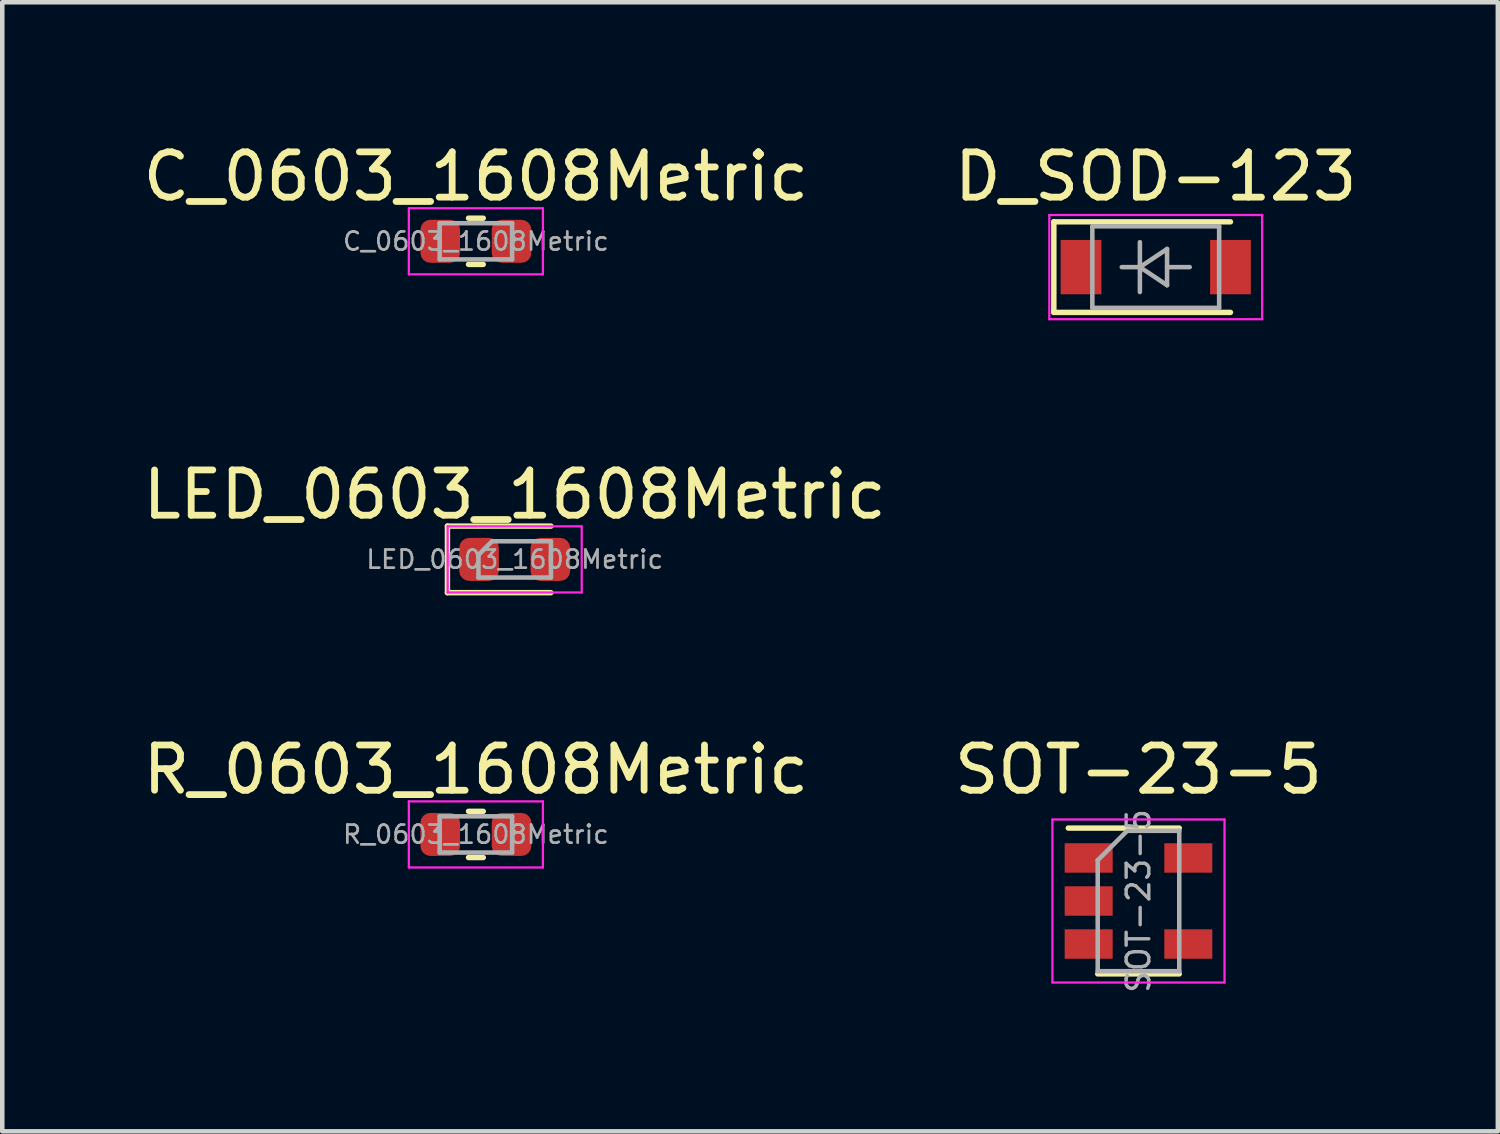
<source format=kicad_pcb>
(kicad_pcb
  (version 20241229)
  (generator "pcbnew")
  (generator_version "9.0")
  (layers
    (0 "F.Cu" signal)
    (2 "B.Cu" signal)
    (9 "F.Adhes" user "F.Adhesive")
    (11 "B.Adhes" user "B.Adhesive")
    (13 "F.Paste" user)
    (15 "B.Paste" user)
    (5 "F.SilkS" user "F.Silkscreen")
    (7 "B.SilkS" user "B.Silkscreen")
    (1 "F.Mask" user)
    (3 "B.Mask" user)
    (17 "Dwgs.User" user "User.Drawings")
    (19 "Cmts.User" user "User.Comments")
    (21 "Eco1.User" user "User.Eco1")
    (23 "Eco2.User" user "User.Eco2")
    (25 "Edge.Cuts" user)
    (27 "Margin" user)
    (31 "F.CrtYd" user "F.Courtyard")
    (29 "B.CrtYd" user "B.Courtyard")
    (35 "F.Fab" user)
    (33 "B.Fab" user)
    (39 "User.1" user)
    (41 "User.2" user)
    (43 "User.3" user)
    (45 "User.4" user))
  (footprint "R_0603_1608Metric"
    (layer "F.Cu")
    (at 7.458 15.375)
    (property "Reference" "R_0603_1608Metric" (at 0 -1.43 0) (layer "F.SilkS") (effects (font (size 1 1) (thickness 0.15))))
    (attr smd)
    (fp_line (start -0.163 -0.51) (end 0.163 -0.51) (stroke (width 0.12) (type solid)) (layer "F.SilkS"))
    (fp_line (start -0.163 0.51) (end 0.163 0.51) (stroke (width 0.12) (type solid)) (layer "F.SilkS"))
    (fp_line (start -1.48 -0.73) (end 1.48 -0.73) (stroke (width 0.05) (type solid)) (layer "F.CrtYd"))
    (fp_line (start -1.48 0.73) (end -1.48 -0.73) (stroke (width 0.05) (type solid)) (layer "F.CrtYd"))
    (fp_line (start 1.48 -0.73) (end 1.48 0.73) (stroke (width 0.05) (type solid)) (layer "F.CrtYd"))
    (fp_line (start 1.48 0.73) (end -1.48 0.73) (stroke (width 0.05) (type solid)) (layer "F.CrtYd"))
    (fp_line (start -0.8 -0.4) (end 0.8 -0.4) (stroke (width 0.1) (type solid)) (layer "F.Fab"))
    (fp_line (start -0.8 0.4) (end -0.8 -0.4) (stroke (width 0.1) (type solid)) (layer "F.Fab"))
    (fp_line (start 0.8 -0.4) (end 0.8 0.4) (stroke (width 0.1) (type solid)) (layer "F.Fab"))
    (fp_line (start 0.8 0.4) (end -0.8 0.4) (stroke (width 0.1) (type solid)) (layer "F.Fab"))
    (fp_text user "${REFERENCE}" (at 0 0 0) (layer "F.Fab") (effects (font (size 0.4 0.4) (thickness 0.06))))
    (pad "1" smd roundrect (at -0.787 0) (size 0.875 0.95) (layers "F.Cu" "F.Mask" "F.Paste") (roundrect_rratio 0.25))
    (pad "2" smd roundrect (at 0.787 0) (size 0.875 0.95) (layers "F.Cu" "F.Mask" "F.Paste") (roundrect_rratio 0.25)))
  (footprint "D_SOD-123"
    (layer "F.Cu")
    (at 22.47 2.848)
    (property "Reference" "D_SOD-123" (at 0 -2 0) (layer "F.SilkS") (effects (font (size 1 1) (thickness 0.15))))
    (attr smd)
    (fp_line (start -2.25 -1) (end -2.25 1) (stroke (width 0.12) (type solid)) (layer "F.SilkS"))
    (fp_line (start -2.25 -1) (end 1.65 -1) (stroke (width 0.12) (type solid)) (layer "F.SilkS"))
    (fp_line (start -2.25 1) (end 1.65 1) (stroke (width 0.12) (type solid)) (layer "F.SilkS"))
    (fp_line (start -2.35 -1.15) (end -2.35 1.15) (stroke (width 0.05) (type solid)) (layer "F.CrtYd"))
    (fp_line (start -2.35 -1.15) (end 2.35 -1.15) (stroke (width 0.05) (type solid)) (layer "F.CrtYd"))
    (fp_line (start 2.35 -1.15) (end 2.35 1.15) (stroke (width 0.05) (type solid)) (layer "F.CrtYd"))
    (fp_line (start 2.35 1.15) (end -2.35 1.15) (stroke (width 0.05) (type solid)) (layer "F.CrtYd"))
    (fp_line (start -1.4 -0.9) (end 1.4 -0.9) (stroke (width 0.1) (type solid)) (layer "F.Fab"))
    (fp_line (start -1.4 0.9) (end -1.4 -0.9) (stroke (width 0.1) (type solid)) (layer "F.Fab"))
    (fp_line (start -0.75 0) (end -0.35 0) (stroke (width 0.1) (type solid)) (layer "F.Fab"))
    (fp_line (start -0.35 0) (end -0.35 -0.55) (stroke (width 0.1) (type solid)) (layer "F.Fab"))
    (fp_line (start -0.35 0) (end -0.35 0.55) (stroke (width 0.1) (type solid)) (layer "F.Fab"))
    (fp_line (start -0.35 0) (end 0.25 -0.4) (stroke (width 0.1) (type solid)) (layer "F.Fab"))
    (fp_line (start 0.25 -0.4) (end 0.25 0.4) (stroke (width 0.1) (type solid)) (layer "F.Fab"))
    (fp_line (start 0.25 0) (end 0.75 0) (stroke (width 0.1) (type solid)) (layer "F.Fab"))
    (fp_line (start 0.25 0.4) (end -0.35 0) (stroke (width 0.1) (type solid)) (layer "F.Fab"))
    (fp_line (start 1.4 -0.9) (end 1.4 0.9) (stroke (width 0.1) (type solid)) (layer "F.Fab"))
    (fp_line (start 1.4 0.9) (end -1.4 0.9) (stroke (width 0.1) (type solid)) (layer "F.Fab"))
    (pad "1" smd rect (at -1.65 0) (size 0.9 1.2) (layers "F.Cu" "F.Mask" "F.Paste"))
    (pad "2" smd rect (at 1.65 0) (size 0.9 1.2) (layers "F.Cu" "F.Mask" "F.Paste")))
  (footprint "SOT-23-5"
    (layer "F.Cu")
    (at 22.089 16.845)
    (property "Reference" "SOT-23-5" (at 0 -2.9 0) (layer "F.SilkS") (effects (font (size 1 1) (thickness 0.15))))
    (attr smd)
    (fp_line (start -0.9 1.61) (end 0.9 1.61) (stroke (width 0.12) (type solid)) (layer "F.SilkS"))
    (fp_line (start 0.9 -1.61) (end -1.55 -1.61) (stroke (width 0.12) (type solid)) (layer "F.SilkS"))
    (fp_line (start -1.9 -1.8) (end 1.9 -1.8) (stroke (width 0.05) (type solid)) (layer "F.CrtYd"))
    (fp_line (start -1.9 1.8) (end -1.9 -1.8) (stroke (width 0.05) (type solid)) (layer "F.CrtYd"))
    (fp_line (start 1.9 -1.8) (end 1.9 1.8) (stroke (width 0.05) (type solid)) (layer "F.CrtYd"))
    (fp_line (start 1.9 1.8) (end -1.9 1.8) (stroke (width 0.05) (type solid)) (layer "F.CrtYd"))
    (fp_line (start -0.9 -0.9) (end -0.9 1.55) (stroke (width 0.1) (type solid)) (layer "F.Fab"))
    (fp_line (start -0.9 -0.9) (end -0.25 -1.55) (stroke (width 0.1) (type solid)) (layer "F.Fab"))
    (fp_line (start 0.9 -1.55) (end -0.25 -1.55) (stroke (width 0.1) (type solid)) (layer "F.Fab"))
    (fp_line (start 0.9 -1.55) (end 0.9 1.55) (stroke (width 0.1) (type solid)) (layer "F.Fab"))
    (fp_line (start 0.9 1.55) (end -0.9 1.55) (stroke (width 0.1) (type solid)) (layer "F.Fab"))
    (fp_text user "${REFERENCE}" (at 0 0 90) (layer "F.Fab") (effects (font (size 0.5 0.5) (thickness 0.075))))
    (pad "1" smd rect (at -1.1 -0.95) (size 1.06 0.65) (layers "F.Cu" "F.Mask" "F.Paste"))
    (pad "2" smd rect (at -1.1 0) (size 1.06 0.65) (layers "F.Cu" "F.Mask" "F.Paste"))
    (pad "3" smd rect (at -1.1 0.95) (size 1.06 0.65) (layers "F.Cu" "F.Mask" "F.Paste"))
    (pad "4" smd rect (at 1.1 0.95) (size 1.06 0.65) (layers "F.Cu" "F.Mask" "F.Paste"))
    (pad "5" smd rect (at 1.1 -0.95) (size 1.06 0.65) (layers "F.Cu" "F.Mask" "F.Paste")))
  (footprint "C_0603_1608Metric"
    (layer "F.Cu")
    (at 7.458 2.278)
    (property "Reference" "C_0603_1608Metric" (at 0 -1.43 0) (layer "F.SilkS") (effects (font (size 1 1) (thickness 0.15))))
    (attr smd)
    (fp_line (start -0.163 -0.51) (end 0.163 -0.51) (stroke (width 0.12) (type solid)) (layer "F.SilkS"))
    (fp_line (start -0.163 0.51) (end 0.163 0.51) (stroke (width 0.12) (type solid)) (layer "F.SilkS"))
    (fp_line (start -1.48 -0.73) (end 1.48 -0.73) (stroke (width 0.05) (type solid)) (layer "F.CrtYd"))
    (fp_line (start -1.48 0.73) (end -1.48 -0.73) (stroke (width 0.05) (type solid)) (layer "F.CrtYd"))
    (fp_line (start 1.48 -0.73) (end 1.48 0.73) (stroke (width 0.05) (type solid)) (layer "F.CrtYd"))
    (fp_line (start 1.48 0.73) (end -1.48 0.73) (stroke (width 0.05) (type solid)) (layer "F.CrtYd"))
    (fp_line (start -0.8 -0.4) (end 0.8 -0.4) (stroke (width 0.1) (type solid)) (layer "F.Fab"))
    (fp_line (start -0.8 0.4) (end -0.8 -0.4) (stroke (width 0.1) (type solid)) (layer "F.Fab"))
    (fp_line (start 0.8 -0.4) (end 0.8 0.4) (stroke (width 0.1) (type solid)) (layer "F.Fab"))
    (fp_line (start 0.8 0.4) (end -0.8 0.4) (stroke (width 0.1) (type solid)) (layer "F.Fab"))
    (fp_text user "${REFERENCE}" (at 0 0 0) (layer "F.Fab") (effects (font (size 0.4 0.4) (thickness 0.06))))
    (pad "1" smd roundrect (at -0.787 0) (size 0.875 0.95) (layers "F.Cu" "F.Mask" "F.Paste") (roundrect_rratio 0.25))
    (pad "2" smd roundrect (at 0.787 0) (size 0.875 0.95) (layers "F.Cu" "F.Mask" "F.Paste") (roundrect_rratio 0.25)))
  (footprint "LED_0603_1608Metric"
    (layer "F.Cu")
    (at 8.315 9.302)
    (property "Reference" "LED_0603_1608Metric" (at 0 -1.43 0) (layer "F.SilkS") (effects (font (size 1 1) (thickness 0.15))))
    (attr smd)
    (fp_line (start -1.485 -0.735) (end -1.485 0.735) (stroke (width 0.12) (type solid)) (layer "F.SilkS"))
    (fp_line (start -1.485 0.735) (end 0.8 0.735) (stroke (width 0.12) (type solid)) (layer "F.SilkS"))
    (fp_line (start 0.8 -0.735) (end -1.485 -0.735) (stroke (width 0.12) (type solid)) (layer "F.SilkS"))
    (fp_line (start -1.48 -0.73) (end 1.48 -0.73) (stroke (width 0.05) (type solid)) (layer "F.CrtYd"))
    (fp_line (start -1.48 0.73) (end -1.48 -0.73) (stroke (width 0.05) (type solid)) (layer "F.CrtYd"))
    (fp_line (start 1.48 -0.73) (end 1.48 0.73) (stroke (width 0.05) (type solid)) (layer "F.CrtYd"))
    (fp_line (start 1.48 0.73) (end -1.48 0.73) (stroke (width 0.05) (type solid)) (layer "F.CrtYd"))
    (fp_line (start -0.8 -0.1) (end -0.8 0.4) (stroke (width 0.1) (type solid)) (layer "F.Fab"))
    (fp_line (start -0.8 0.4) (end 0.8 0.4) (stroke (width 0.1) (type solid)) (layer "F.Fab"))
    (fp_line (start -0.5 -0.4) (end -0.8 -0.1) (stroke (width 0.1) (type solid)) (layer "F.Fab"))
    (fp_line (start 0.8 -0.4) (end -0.5 -0.4) (stroke (width 0.1) (type solid)) (layer "F.Fab"))
    (fp_line (start 0.8 0.4) (end 0.8 -0.4) (stroke (width 0.1) (type solid)) (layer "F.Fab"))
    (fp_text user "${REFERENCE}" (at 0 0 0) (layer "F.Fab") (effects (font (size 0.4 0.4) (thickness 0.06))))
    (pad "1" smd roundrect (at -0.787 0) (size 0.875 0.95) (layers "F.Cu" "F.Mask" "F.Paste") (roundrect_rratio 0.25))
    (pad "2" smd roundrect (at 0.787 0) (size 0.875 0.95) (layers "F.Cu" "F.Mask" "F.Paste") (roundrect_rratio 0.25)))
  (gr_rect
    (start -3 -3)
    (end 30.024 21.931)
    (stroke (width 0.1) (type default))
    (fill no)
    (layer "Edge.Cuts")))
</source>
